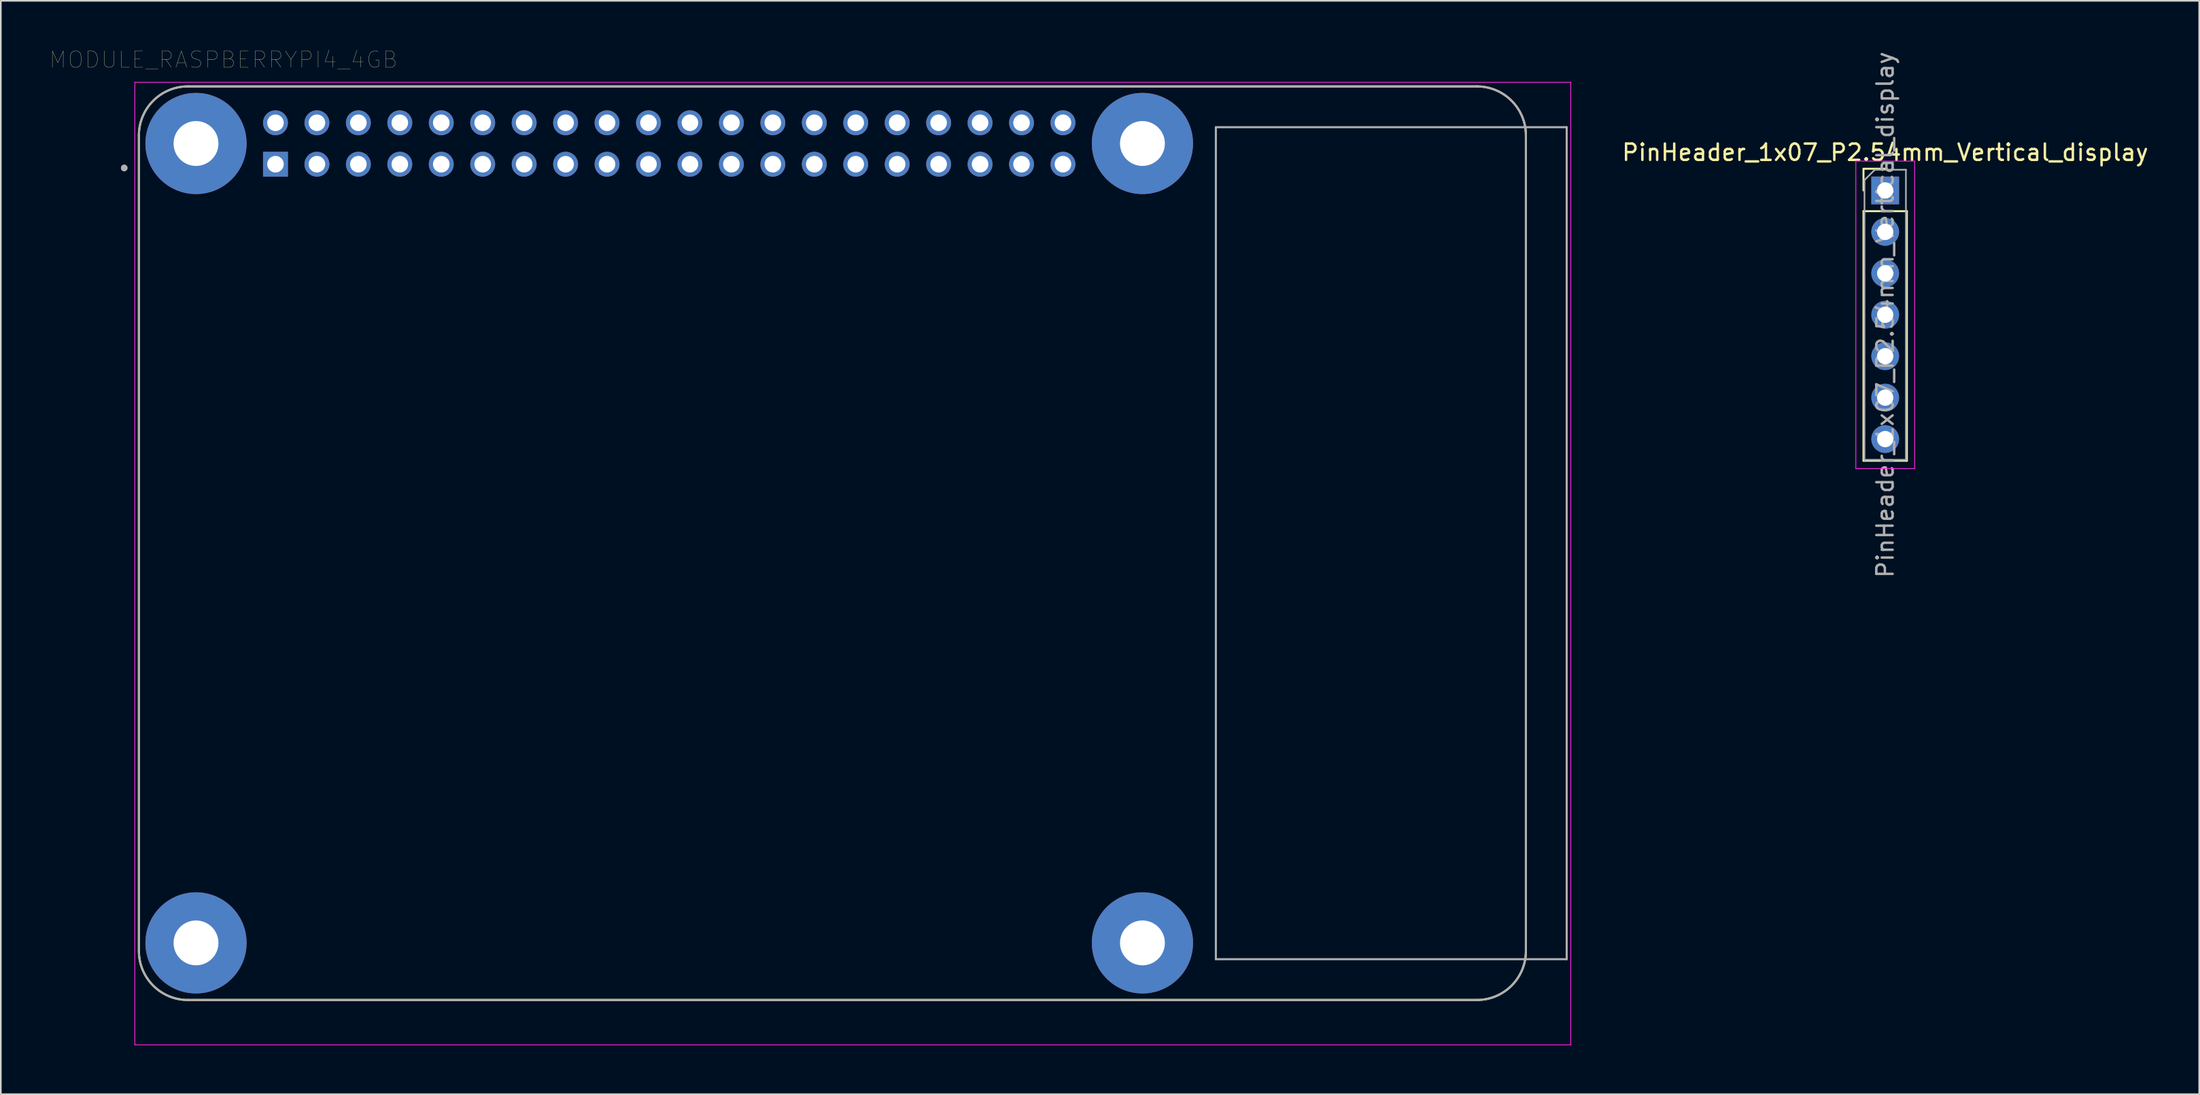
<source format=kicad_pcb>
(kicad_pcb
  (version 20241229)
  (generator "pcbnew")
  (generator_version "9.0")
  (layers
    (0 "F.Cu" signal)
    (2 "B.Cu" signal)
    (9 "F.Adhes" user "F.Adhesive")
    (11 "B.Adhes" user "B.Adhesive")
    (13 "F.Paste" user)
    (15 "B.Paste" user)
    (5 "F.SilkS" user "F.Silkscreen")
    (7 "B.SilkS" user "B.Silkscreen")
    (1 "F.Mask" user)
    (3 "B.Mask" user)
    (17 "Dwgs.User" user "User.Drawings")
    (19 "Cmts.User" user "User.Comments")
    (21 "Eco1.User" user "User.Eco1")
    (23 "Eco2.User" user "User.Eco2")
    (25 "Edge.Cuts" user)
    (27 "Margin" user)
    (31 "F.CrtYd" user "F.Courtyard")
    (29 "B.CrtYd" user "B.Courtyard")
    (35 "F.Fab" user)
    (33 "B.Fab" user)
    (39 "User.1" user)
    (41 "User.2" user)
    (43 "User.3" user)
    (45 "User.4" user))
  (footprint "PinHeader_1x07_P2.54mm_Vertical_display"
    (layer "F.Cu")
    (at 112.481 8.624)
    (property "Reference" "PinHeader_1x07_P2.54mm_Vertical_display" (at 0 -2.33 0) (layer "F.SilkS") (effects (font (size 1 1) (thickness 0.15))))
    (attr through_hole)
    (fp_line (start -1.33 -1.33) (end 0 -1.33) (stroke (width 0.12) (type solid)) (layer "F.SilkS"))
    (fp_line (start -1.33 0) (end -1.33 -1.33) (stroke (width 0.12) (type solid)) (layer "F.SilkS"))
    (fp_line (start -1.33 1.27) (end -1.33 16.57) (stroke (width 0.12) (type solid)) (layer "F.SilkS"))
    (fp_line (start -1.33 1.27) (end 1.33 1.27) (stroke (width 0.12) (type solid)) (layer "F.SilkS"))
    (fp_line (start -1.33 16.57) (end 1.33 16.57) (stroke (width 0.12) (type solid)) (layer "F.SilkS"))
    (fp_line (start 1.33 1.27) (end 1.33 16.57) (stroke (width 0.12) (type solid)) (layer "F.SilkS"))
    (fp_line (start -1.8 -1.8) (end -1.8 17.05) (stroke (width 0.05) (type solid)) (layer "F.CrtYd"))
    (fp_line (start -1.8 17.05) (end 1.8 17.05) (stroke (width 0.05) (type solid)) (layer "F.CrtYd"))
    (fp_line (start 1.8 -1.8) (end -1.8 -1.8) (stroke (width 0.05) (type solid)) (layer "F.CrtYd"))
    (fp_line (start 1.8 17.05) (end 1.8 -1.8) (stroke (width 0.05) (type solid)) (layer "F.CrtYd"))
    (fp_line (start -1.27 -0.635) (end -0.635 -1.27) (stroke (width 0.1) (type solid)) (layer "F.Fab"))
    (fp_line (start -1.27 16.51) (end -1.27 -0.635) (stroke (width 0.1) (type solid)) (layer "F.Fab"))
    (fp_line (start -0.635 -1.27) (end 1.27 -1.27) (stroke (width 0.1) (type solid)) (layer "F.Fab"))
    (fp_line (start 1.27 -1.27) (end 1.27 16.51) (stroke (width 0.1) (type solid)) (layer "F.Fab"))
    (fp_line (start 1.27 16.51) (end -1.27 16.51) (stroke (width 0.1) (type solid)) (layer "F.Fab"))
    (fp_text user "${REFERENCE}" (at 0 7.62 90) (layer "F.Fab") (effects (font (size 1 1) (thickness 0.15))))
    (pad "1" thru_hole rect (at 0 0) (size 1.7 1.7) (drill 1) (layers "*.Cu" "*.Mask"))
    (pad "2" thru_hole oval (at 0 2.54) (size 1.7 1.7) (drill 1) (layers "*.Cu" "*.Mask"))
    (pad "3" thru_hole oval (at 0 5.08) (size 1.7 1.7) (drill 1) (layers "*.Cu" "*.Mask"))
    (pad "4" thru_hole oval (at 0 7.62) (size 1.7 1.7) (drill 1) (layers "*.Cu" "*.Mask"))
    (pad "5" thru_hole oval (at 0 10.16) (size 1.7 1.7) (drill 1) (layers "*.Cu" "*.Mask"))
    (pad "6" thru_hole oval (at 0 12.7) (size 1.7 1.7) (drill 1) (layers "*.Cu" "*.Mask"))
    (pad "7" thru_hole oval (at 0 15.24) (size 1.7 1.7) (drill 1) (layers "*.Cu" "*.Mask")))
  (footprint "MODULE_RASPBERRYPI4_4GB"
    (layer "F.Cu")
    (at 47.962 30.246)
    (property "Reference" "MODULE_RASPBERRYPI4_4GB" (at -37.325 -29.635 0) (layer "F.SilkS") (effects (font (size 1 1) (thickness 0.015))))
    (attr through_hole)
    (fp_line (start -42.5 -25) (end -42.5 25) (stroke (width 0.127) (type solid)) (layer "F.SilkS"))
    (fp_line (start -39.5 28) (end 39.5 28) (stroke (width 0.127) (type solid)) (layer "F.SilkS"))
    (fp_line (start 39.5 -28) (end -39.5 -28) (stroke (width 0.127) (type solid)) (layer "F.SilkS"))
    (fp_line (start 42.5 25) (end 42.5 -25) (stroke (width 0.127) (type solid)) (layer "F.SilkS"))
    (fp_arc (start -42.5 -25) (mid -41.62132 -27.12132) (end -39.5 -28) (stroke (width 0.127) (type solid)) (layer "F.SilkS"))
    (fp_arc (start -39.5 28) (mid -41.62132 27.12132) (end -42.5 25) (stroke (width 0.127) (type solid)) (layer "F.SilkS"))
    (fp_arc (start 39.5 -28) (mid 41.62132 -27.12132) (end 42.5 -25) (stroke (width 0.127) (type solid)) (layer "F.SilkS"))
    (fp_arc (start 42.5 25) (mid 41.62132 27.12132) (end 39.5 28) (stroke (width 0.127) (type solid)) (layer "F.SilkS"))
    (fp_circle (center -43.4 -23) (end -43.3 -23) (stroke (width 0.2) (type solid)) (fill no) (layer "F.SilkS"))
    (fp_line (start -42.75 -28.25) (end 45.25 -28.25) (stroke (width 0.05) (type solid)) (layer "F.CrtYd"))
    (fp_line (start -42.75 30.75) (end -42.75 -28.25) (stroke (width 0.05) (type solid)) (layer "F.CrtYd"))
    (fp_line (start 45.25 -28.25) (end 45.25 30.75) (stroke (width 0.05) (type solid)) (layer "F.CrtYd"))
    (fp_line (start 45.25 30.75) (end -42.75 30.75) (stroke (width 0.05) (type solid)) (layer "F.CrtYd"))
    (fp_line (start -42.5 -25) (end -42.5 25) (stroke (width 0.127) (type solid)) (layer "F.Fab"))
    (fp_line (start -39.5 28) (end 39.5 28) (stroke (width 0.127) (type solid)) (layer "F.Fab"))
    (fp_line (start 23.5 -25.5) (end 23.5 25.5) (stroke (width 0.127) (type solid)) (layer "F.Fab"))
    (fp_line (start 23.5 25.5) (end 45 25.5) (stroke (width 0.127) (type solid)) (layer "F.Fab"))
    (fp_line (start 39.5 -28) (end -39.5 -28) (stroke (width 0.127) (type solid)) (layer "F.Fab"))
    (fp_line (start 42.5 25) (end 42.5 -25) (stroke (width 0.127) (type solid)) (layer "F.Fab"))
    (fp_line (start 45 -25.5) (end 23.5 -25.5) (stroke (width 0.127) (type solid)) (layer "F.Fab"))
    (fp_line (start 45 25.5) (end 45 -25.5) (stroke (width 0.127) (type solid)) (layer "F.Fab"))
    (fp_arc (start -42.5 -25) (mid -41.62132 -27.12132) (end -39.5 -28) (stroke (width 0.127) (type solid)) (layer "F.Fab"))
    (fp_arc (start -39.5 28) (mid -41.62132 27.12132) (end -42.5 25) (stroke (width 0.127) (type solid)) (layer "F.Fab"))
    (fp_arc (start 39.5 -28) (mid 41.62132 -27.12132) (end 42.5 -25) (stroke (width 0.127) (type solid)) (layer "F.Fab"))
    (fp_arc (start 42.5 25) (mid 41.62132 27.12132) (end 39.5 28) (stroke (width 0.127) (type solid)) (layer "F.Fab"))
    (fp_circle (center -43.4 -23) (end -43.3 -23) (stroke (width 0.2) (type solid)) (fill no) (layer "F.Fab"))
    (pad "1" thru_hole rect (at -34.13 -23.23) (size 1.524 1.524) (drill 1.016) (layers "*.Cu" "*.Mask"))
    (pad "2" thru_hole circle (at -34.13 -25.77) (size 1.524 1.524) (drill 1.016) (layers "*.Cu" "*.Mask"))
    (pad "3" thru_hole circle (at -31.59 -23.23) (size 1.524 1.524) (drill 1.016) (layers "*.Cu" "*.Mask"))
    (pad "4" thru_hole circle (at -31.59 -25.77) (size 1.524 1.524) (drill 1.016) (layers "*.Cu" "*.Mask"))
    (pad "5" thru_hole circle (at -29.05 -23.23) (size 1.524 1.524) (drill 1.016) (layers "*.Cu" "*.Mask"))
    (pad "6" thru_hole circle (at -29.05 -25.77) (size 1.524 1.524) (drill 1.016) (layers "*.Cu" "*.Mask"))
    (pad "7" thru_hole circle (at -26.51 -23.23) (size 1.524 1.524) (drill 1.016) (layers "*.Cu" "*.Mask"))
    (pad "8" thru_hole circle (at -26.51 -25.77) (size 1.524 1.524) (drill 1.016) (layers "*.Cu" "*.Mask"))
    (pad "9" thru_hole circle (at -23.97 -23.23) (size 1.524 1.524) (drill 1.016) (layers "*.Cu" "*.Mask"))
    (pad "10" thru_hole circle (at -23.97 -25.77) (size 1.524 1.524) (drill 1.016) (layers "*.Cu" "*.Mask"))
    (pad "11" thru_hole circle (at -21.43 -23.23) (size 1.524 1.524) (drill 1.016) (layers "*.Cu" "*.Mask"))
    (pad "12" thru_hole circle (at -21.43 -25.77) (size 1.524 1.524) (drill 1.016) (layers "*.Cu" "*.Mask"))
    (pad "13" thru_hole circle (at -18.89 -23.23) (size 1.524 1.524) (drill 1.016) (layers "*.Cu" "*.Mask"))
    (pad "14" thru_hole circle (at -18.89 -25.77) (size 1.524 1.524) (drill 1.016) (layers "*.Cu" "*.Mask"))
    (pad "15" thru_hole circle (at -16.35 -23.23) (size 1.524 1.524) (drill 1.016) (layers "*.Cu" "*.Mask"))
    (pad "16" thru_hole circle (at -16.35 -25.77) (size 1.524 1.524) (drill 1.016) (layers "*.Cu" "*.Mask"))
    (pad "17" thru_hole circle (at -13.81 -23.23) (size 1.524 1.524) (drill 1.016) (layers "*.Cu" "*.Mask"))
    (pad "18" thru_hole circle (at -13.81 -25.77) (size 1.524 1.524) (drill 1.016) (layers "*.Cu" "*.Mask"))
    (pad "19" thru_hole circle (at -11.27 -23.23) (size 1.524 1.524) (drill 1.016) (layers "*.Cu" "*.Mask"))
    (pad "20" thru_hole circle (at -11.27 -25.77) (size 1.524 1.524) (drill 1.016) (layers "*.Cu" "*.Mask"))
    (pad "21" thru_hole circle (at -8.73 -23.23) (size 1.524 1.524) (drill 1.016) (layers "*.Cu" "*.Mask"))
    (pad "22" thru_hole circle (at -8.73 -25.77) (size 1.524 1.524) (drill 1.016) (layers "*.Cu" "*.Mask"))
    (pad "23" thru_hole circle (at -6.19 -23.23) (size 1.524 1.524) (drill 1.016) (layers "*.Cu" "*.Mask"))
    (pad "24" thru_hole circle (at -6.19 -25.77) (size 1.524 1.524) (drill 1.016) (layers "*.Cu" "*.Mask"))
    (pad "25" thru_hole circle (at -3.65 -23.23) (size 1.524 1.524) (drill 1.016) (layers "*.Cu" "*.Mask"))
    (pad "26" thru_hole circle (at -3.65 -25.77) (size 1.524 1.524) (drill 1.016) (layers "*.Cu" "*.Mask"))
    (pad "27" thru_hole circle (at -1.11 -23.23) (size 1.524 1.524) (drill 1.016) (layers "*.Cu" "*.Mask"))
    (pad "28" thru_hole circle (at -1.11 -25.77) (size 1.524 1.524) (drill 1.016) (layers "*.Cu" "*.Mask"))
    (pad "29" thru_hole circle (at 1.43 -23.23) (size 1.524 1.524) (drill 1.016) (layers "*.Cu" "*.Mask"))
    (pad "30" thru_hole circle (at 1.43 -25.77) (size 1.524 1.524) (drill 1.016) (layers "*.Cu" "*.Mask"))
    (pad "31" thru_hole circle (at 3.97 -23.23) (size 1.524 1.524) (drill 1.016) (layers "*.Cu" "*.Mask"))
    (pad "32" thru_hole circle (at 3.97 -25.77) (size 1.524 1.524) (drill 1.016) (layers "*.Cu" "*.Mask"))
    (pad "33" thru_hole circle (at 6.51 -23.23) (size 1.524 1.524) (drill 1.016) (layers "*.Cu" "*.Mask"))
    (pad "34" thru_hole circle (at 6.51 -25.77) (size 1.524 1.524) (drill 1.016) (layers "*.Cu" "*.Mask"))
    (pad "35" thru_hole circle (at 9.05 -23.23) (size 1.524 1.524) (drill 1.016) (layers "*.Cu" "*.Mask"))
    (pad "36" thru_hole circle (at 9.05 -25.77) (size 1.524 1.524) (drill 1.016) (layers "*.Cu" "*.Mask"))
    (pad "37" thru_hole circle (at 11.59 -23.23) (size 1.524 1.524) (drill 1.016) (layers "*.Cu" "*.Mask"))
    (pad "38" thru_hole circle (at 11.59 -25.77) (size 1.524 1.524) (drill 1.016) (layers "*.Cu" "*.Mask"))
    (pad "39" thru_hole circle (at 14.13 -23.23) (size 1.524 1.524) (drill 1.016) (layers "*.Cu" "*.Mask"))
    (pad "40" thru_hole circle (at 14.13 -25.77) (size 1.524 1.524) (drill 1.016) (layers "*.Cu" "*.Mask"))
    (pad "S1" thru_hole circle (at -39 -24.5) (size 6.2 6.2) (drill 2.75) (layers "*.Cu" "*.Mask"))
    (pad "S2" thru_hole circle (at 19 -24.5) (size 6.2 6.2) (drill 2.75) (layers "*.Cu" "*.Mask"))
    (pad "S3" thru_hole circle (at 19 24.5) (size 6.2 6.2) (drill 2.75) (layers "*.Cu" "*.Mask"))
    (pad "S4" thru_hole circle (at -39 24.5) (size 6.2 6.2) (drill 2.75) (layers "*.Cu" "*.Mask")))
  (gr_rect
    (start -3 -3)
    (end 131.725 64.021)
    (stroke (width 0.1) (type default))
    (fill no)
    (layer "Edge.Cuts")))
</source>
